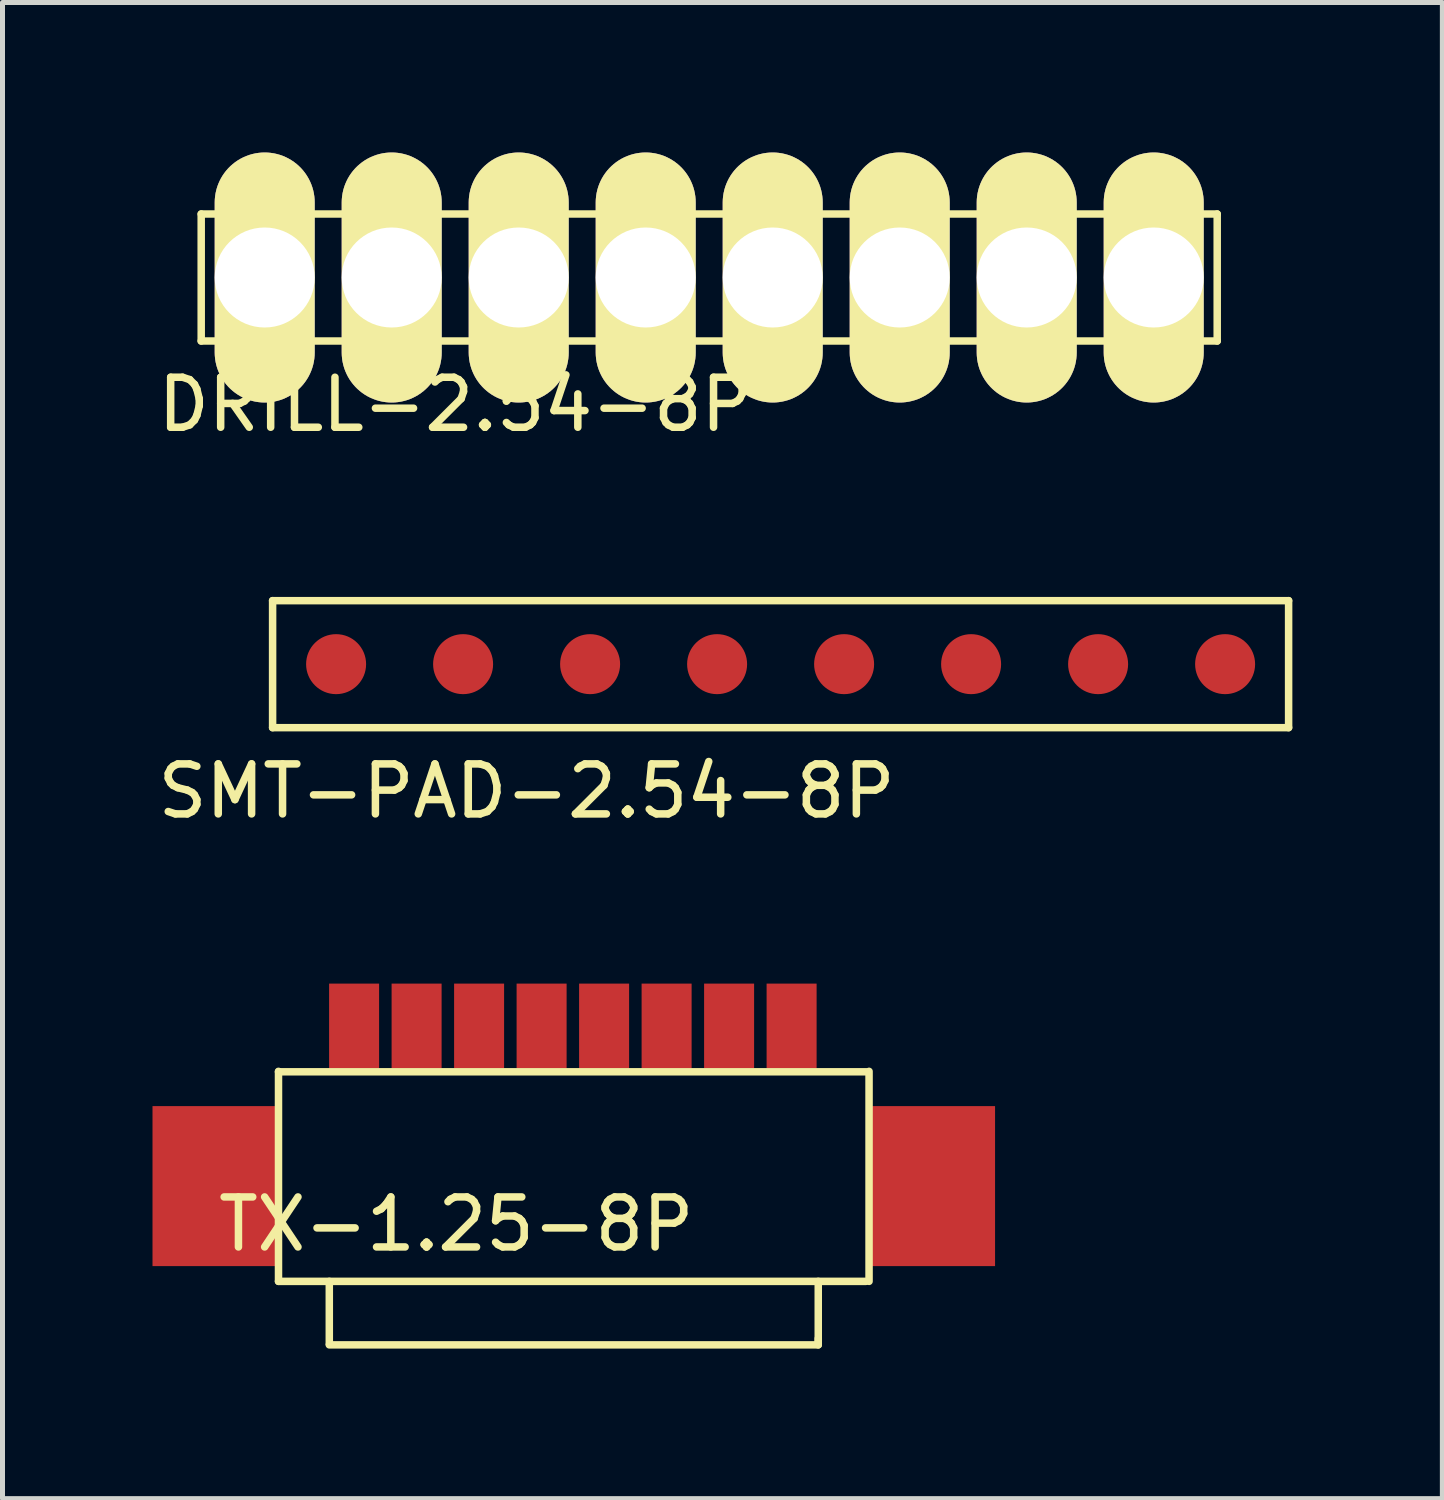
<source format=kicad_pcb>
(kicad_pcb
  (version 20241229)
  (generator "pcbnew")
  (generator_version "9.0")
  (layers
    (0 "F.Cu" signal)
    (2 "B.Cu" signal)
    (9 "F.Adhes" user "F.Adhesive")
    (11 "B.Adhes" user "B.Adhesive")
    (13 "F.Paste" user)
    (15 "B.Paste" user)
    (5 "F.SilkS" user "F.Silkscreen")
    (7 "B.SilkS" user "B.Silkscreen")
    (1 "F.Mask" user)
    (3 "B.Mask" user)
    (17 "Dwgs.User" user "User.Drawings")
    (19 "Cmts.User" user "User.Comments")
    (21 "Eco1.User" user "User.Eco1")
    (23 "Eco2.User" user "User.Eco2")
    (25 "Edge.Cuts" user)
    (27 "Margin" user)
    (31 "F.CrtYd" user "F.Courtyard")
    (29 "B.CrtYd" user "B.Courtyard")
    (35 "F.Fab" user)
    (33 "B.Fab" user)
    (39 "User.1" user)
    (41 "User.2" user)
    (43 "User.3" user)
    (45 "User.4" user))
  (footprint "SMT-PAD-2.54-8P"
    (layer "F.Cu")
    (at 3.672 10.233)
    (property "Reference" "SMT-PAD-2.54-8P" (at 3.81 2.54 0) (layer "F.SilkS") (effects (font (size 1 1) (thickness 0.15))))
    (attr through_hole)
    (fp_line (start -1.27 -1.27) (end -1.27 1.27) (stroke (width 0.15) (type solid)) (layer "F.SilkS"))
    (fp_line (start -1.27 1.27) (end 19.05 1.27) (stroke (width 0.15) (type solid)) (layer "F.SilkS"))
    (fp_line (start 19.05 -1.27) (end -1.27 -1.27) (stroke (width 0.15) (type solid)) (layer "F.SilkS"))
    (fp_line (start 19.05 1.27) (end 19.05 -1.27) (stroke (width 0.15) (type solid)) (layer "F.SilkS"))
    (pad "1" smd circle (at 0 0) (size 1.2 1.2) (layers "F.Cu" "F.Mask" "F.Paste"))
    (pad "2" smd circle (at 2.54 0) (size 1.2 1.2) (layers "F.Cu" "F.Mask" "F.Paste"))
    (pad "3" smd circle (at 5.08 0) (size 1.2 1.2) (layers "F.Cu" "F.Mask" "F.Paste"))
    (pad "4" smd circle (at 7.62 0) (size 1.2 1.2) (layers "F.Cu" "F.Mask" "F.Paste"))
    (pad "5" smd circle (at 10.16 0) (size 1.2 1.2) (layers "F.Cu" "F.Mask" "F.Paste"))
    (pad "6" smd circle (at 12.7 0) (size 1.2 1.2) (layers "F.Cu" "F.Mask" "F.Paste"))
    (pad "7" smd circle (at 15.24 0) (size 1.2 1.2) (layers "F.Cu" "F.Mask" "F.Paste"))
    (pad "8" smd circle (at 17.78 0) (size 1.2 1.2) (layers "F.Cu" "F.Mask" "F.Paste")))
  (footprint "TX-1.25-8P"
    (layer "F.Cu")
    (at 2.52 18.386)
    (property "Reference" "TX-1.25-8P" (at 3.556 3.048 0) (layer "F.SilkS") (effects (font (size 1 1) (thickness 0.15))))
    (attr through_hole)
    (fp_line (start 0 0) (end 11.75 0) (stroke (width 0.15) (type solid)) (layer "F.SilkS"))
    (fp_line (start 0 4.191) (end 0 -0.009) (stroke (width 0.15) (type solid)) (layer "F.SilkS"))
    (fp_line (start 0 4.191) (end 11.75 4.191) (stroke (width 0.15) (type solid)) (layer "F.SilkS"))
    (fp_line (start 1.016 4.191) (end 1.016 5.441) (stroke (width 0.15) (type solid)) (layer "F.SilkS"))
    (fp_line (start 1.016 5.461) (end 10.795 5.461) (stroke (width 0.15) (type solid)) (layer "F.SilkS"))
    (fp_line (start 10.795 4.191) (end 10.795 5.441) (stroke (width 0.15) (type solid)) (layer "F.SilkS"))
    (fp_line (start 10.795 5.461) (end 10.795 5.334) (stroke (width 0.15) (type solid)) (layer "F.SilkS"))
    (fp_line (start 11.811 4.191) (end 11.811 -0.009) (stroke (width 0.15) (type solid)) (layer "F.SilkS"))
    (pad "" smd rect (at -1.27 2.286) (size 2.5 3.2) (layers "F.Cu" "F.Mask" "F.Paste"))
    (pad "" smd rect (at 13.081 2.286) (size 2.5 3.2) (layers "F.Cu" "F.Mask" "F.Paste"))
    (pad "1" smd rect (at 10.262 -0.914 180) (size 1 1.7) (layers "F.Cu" "F.Mask" "F.Paste"))
    (pad "2" smd rect (at 9.012 -0.914 180) (size 1 1.7) (layers "F.Cu" "F.Mask" "F.Paste"))
    (pad "3" smd rect (at 7.762 -0.914 180) (size 1 1.7) (layers "F.Cu" "F.Mask" "F.Paste"))
    (pad "4" smd rect (at 6.512 -0.914 180) (size 1 1.7) (layers "F.Cu" "F.Mask" "F.Paste"))
    (pad "5" smd rect (at 5.262 -0.914 180) (size 1 1.7) (layers "F.Cu" "F.Mask" "F.Paste"))
    (pad "6" smd rect (at 4.012 -0.914 180) (size 1 1.7) (layers "F.Cu" "F.Mask" "F.Paste"))
    (pad "7" smd rect (at 2.762 -0.914 180) (size 1 1.7) (layers "F.Cu" "F.Mask" "F.Paste"))
    (pad "8" smd rect (at 1.512 -0.914 180) (size 1 1.7) (layers "F.Cu" "F.Mask" "F.Paste")))
  (footprint "DRILL-2.54-8P"
    (layer "F.Cu")
    (at 2.244 2.5)
    (property "Reference" "DRILL-2.54-8P" (at 3.81 2.54 0) (layer "F.SilkS") (effects (font (size 1 1) (thickness 0.15))))
    (attr through_hole)
    (fp_line (start -1.27 -1.27) (end -1.27 1.27) (stroke (width 0.15) (type solid)) (layer "F.SilkS"))
    (fp_line (start -1.27 1.27) (end 19.05 1.27) (stroke (width 0.15) (type solid)) (layer "F.SilkS"))
    (fp_line (start 19.05 -1.27) (end -1.27 -1.27) (stroke (width 0.15) (type solid)) (layer "F.SilkS"))
    (fp_line (start 19.05 1.27) (end 19.05 -1.27) (stroke (width 0.15) (type solid)) (layer "F.SilkS"))
    (pad "1" thru_hole oval (at 0 0) (size 2 5) (drill oval 2) (layers "*.Cu" "*.Mask" "F.SilkS"))
    (pad "2" thru_hole oval (at 2.54 0) (size 2 5) (drill oval 2) (layers "*.Cu" "*.Mask" "F.SilkS"))
    (pad "3" thru_hole oval (at 5.08 0) (size 2 5) (drill oval 2) (layers "*.Cu" "*.Mask" "F.SilkS"))
    (pad "4" thru_hole oval (at 7.62 0) (size 2 5) (drill oval 2) (layers "*.Cu" "*.Mask" "F.SilkS"))
    (pad "5" thru_hole oval (at 10.16 0) (size 2 5) (drill oval 2) (layers "*.Cu" "*.Mask" "F.SilkS"))
    (pad "6" thru_hole oval (at 12.7 0) (size 2 5) (drill oval 2) (layers "*.Cu" "*.Mask" "F.SilkS"))
    (pad "7" thru_hole oval (at 15.24 0) (size 2 5) (drill oval 2) (layers "*.Cu" "*.Mask" "F.SilkS"))
    (pad "8" thru_hole oval (at 17.78 0) (size 2 5) (drill oval 2) (layers "*.Cu" "*.Mask" "F.SilkS")))
  (gr_rect
    (start -3 -3)
    (end 25.797 26.922)
    (stroke (width 0.1) (type default))
    (fill no)
    (layer "Edge.Cuts")))
</source>
